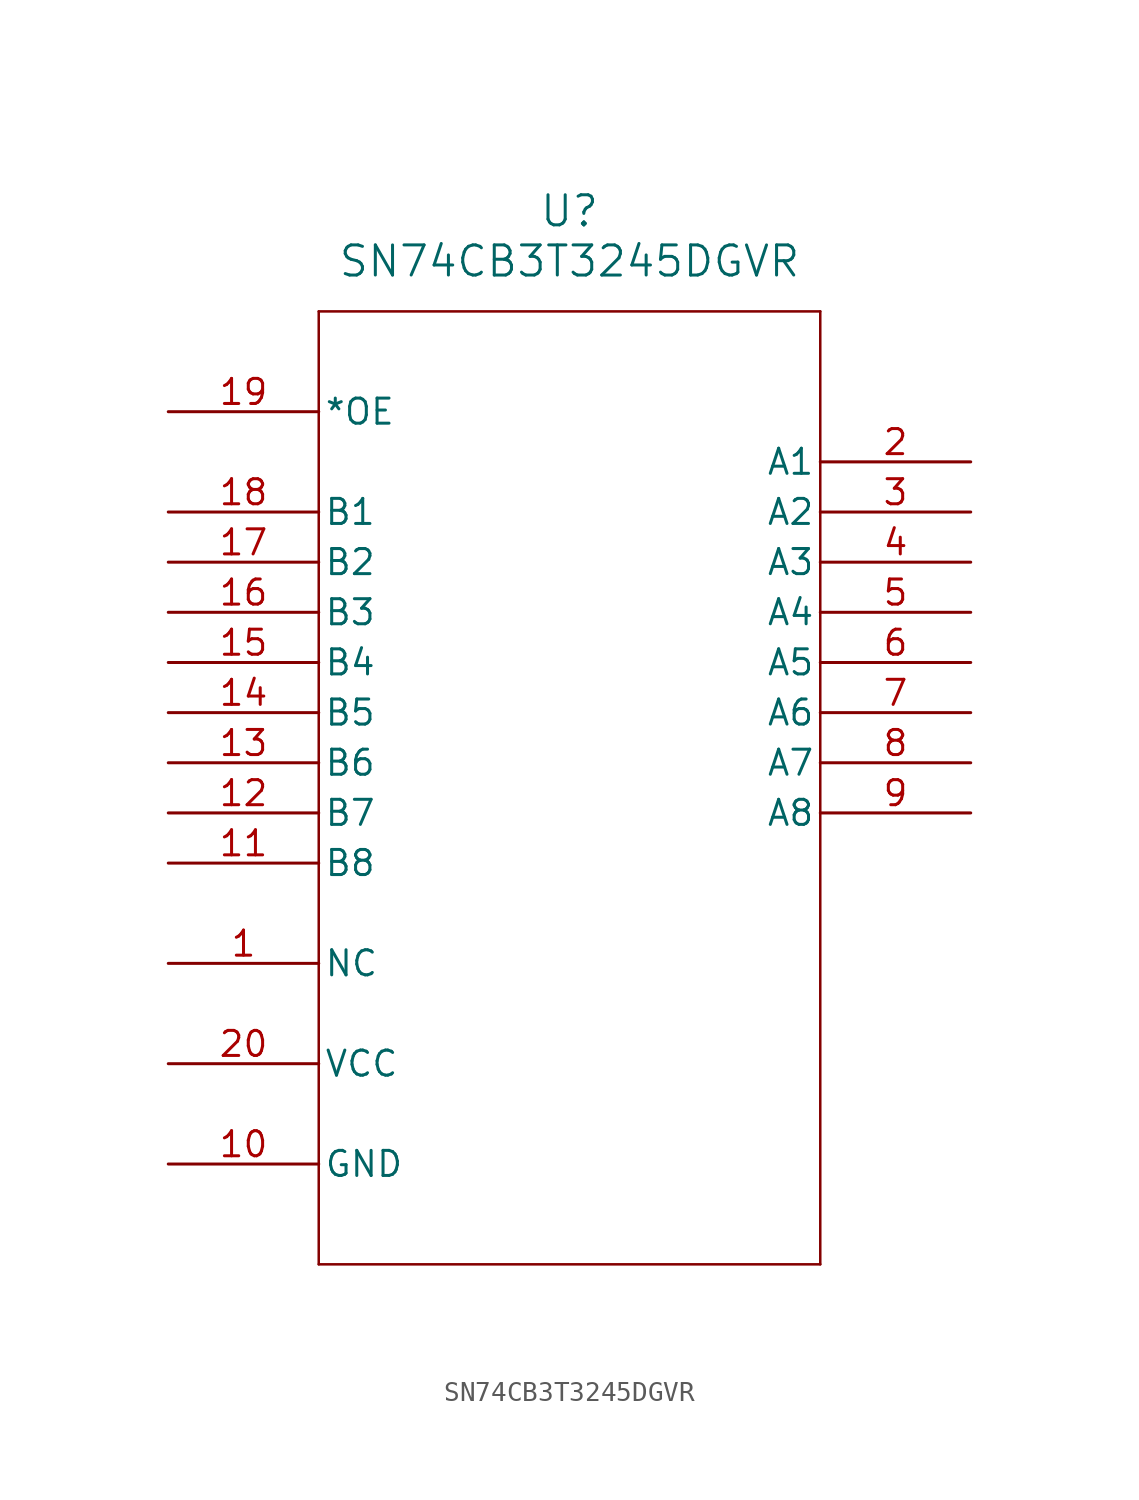
<source format=kicad_sym>
(kicad_symbol_lib
  (version 20211014)
  (generator kicad_symbol_editor)
  (symbol "SN74CB3T3245DGVR"
    (pin_names
      (offset 0.254))
    (property "Reference" "U"
      (at 20.32 10.16 0)
      (effects (font (size 1.524 1.524))))
    (property "Value" "SN74CB3T3245DGVR"
      (at 20.32 7.62 0)
      (effects (font (size 1.524 1.524))))
    (symbol "SN74CB3T3245DGVR_0_1"
      (polyline (pts (xy 7.62 5.08) (xy 7.62 -43.18)) (stroke (width 0.127) (type default) (color 0 0 0 0)) (fill (type none)))
      (polyline (pts (xy 7.62 -43.18) (xy 33.02 -43.18)) (stroke (width 0.127) (type default) (color 0 0 0 0)) (fill (type none)))
      (polyline (pts (xy 33.02 -43.18) (xy 33.02 5.08)) (stroke (width 0.127) (type default) (color 0 0 0 0)) (fill (type none)))
      (polyline (pts (xy 33.02 5.08) (xy 7.62 5.08)) (stroke (width 0.127) (type default) (color 0 0 0 0)) (fill (type none)))
      (pin unspecified line (at 0 -27.94 0) (length 7.62) (name "NC" (effects (font (size 1.27 1.27)))) (number "1" (effects (font (size 1.27 1.27)))))
      (pin bidirectional line (at 40.64 -2.54 180) (length 7.62) (name "A1" (effects (font (size 1.27 1.27)))) (number "2" (effects (font (size 1.27 1.27)))))
      (pin bidirectional line (at 40.64 -5.08 180) (length 7.62) (name "A2" (effects (font (size 1.27 1.27)))) (number "3" (effects (font (size 1.27 1.27)))))
      (pin bidirectional line (at 40.64 -7.62 180) (length 7.62) (name "A3" (effects (font (size 1.27 1.27)))) (number "4" (effects (font (size 1.27 1.27)))))
      (pin bidirectional line (at 40.64 -10.16 180) (length 7.62) (name "A4" (effects (font (size 1.27 1.27)))) (number "5" (effects (font (size 1.27 1.27)))))
      (pin bidirectional line (at 40.64 -12.7 180) (length 7.62) (name "A5" (effects (font (size 1.27 1.27)))) (number "6" (effects (font (size 1.27 1.27)))))
      (pin bidirectional line (at 40.64 -15.24 180) (length 7.62) (name "A6" (effects (font (size 1.27 1.27)))) (number "7" (effects (font (size 1.27 1.27)))))
      (pin bidirectional line (at 40.64 -17.78 180) (length 7.62) (name "A7" (effects (font (size 1.27 1.27)))) (number "8" (effects (font (size 1.27 1.27)))))
      (pin bidirectional line (at 40.64 -20.32 180) (length 7.62) (name "A8" (effects (font (size 1.27 1.27)))) (number "9" (effects (font (size 1.27 1.27)))))
      (pin power_in line (at 0 -38.1 0) (length 7.62) (name "GND" (effects (font (size 1.27 1.27)))) (number "10" (effects (font (size 1.27 1.27)))))
      (pin bidirectional line (at 0 -22.86 0) (length 7.62) (name "B8" (effects (font (size 1.27 1.27)))) (number "11" (effects (font (size 1.27 1.27)))))
      (pin bidirectional line (at 0 -20.32 0) (length 7.62) (name "B7" (effects (font (size 1.27 1.27)))) (number "12" (effects (font (size 1.27 1.27)))))
      (pin bidirectional line (at 0 -17.78 0) (length 7.62) (name "B6" (effects (font (size 1.27 1.27)))) (number "13" (effects (font (size 1.27 1.27)))))
      (pin bidirectional line (at 0 -15.24 0) (length 7.62) (name "B5" (effects (font (size 1.27 1.27)))) (number "14" (effects (font (size 1.27 1.27)))))
      (pin bidirectional line (at 0 -12.7 0) (length 7.62) (name "B4" (effects (font (size 1.27 1.27)))) (number "15" (effects (font (size 1.27 1.27)))))
      (pin bidirectional line (at 0 -10.16 0) (length 7.62) (name "B3" (effects (font (size 1.27 1.27)))) (number "16" (effects (font (size 1.27 1.27)))))
      (pin bidirectional line (at 0 -7.62 0) (length 7.62) (name "B2" (effects (font (size 1.27 1.27)))) (number "17" (effects (font (size 1.27 1.27)))))
      (pin bidirectional line (at 0 -5.08 0) (length 7.62) (name "B1" (effects (font (size 1.27 1.27)))) (number "18" (effects (font (size 1.27 1.27)))))
      (pin input line (at 0 0 0) (length 7.62) (name "*OE" (effects (font (size 1.27 1.27)))) (number "19" (effects (font (size 1.27 1.27)))))
      (pin power_in line (at 0 -33.02 0) (length 7.62) (name "VCC" (effects (font (size 1.27 1.27)))) (number "20" (effects (font (size 1.27 1.27))))))))
</source>
